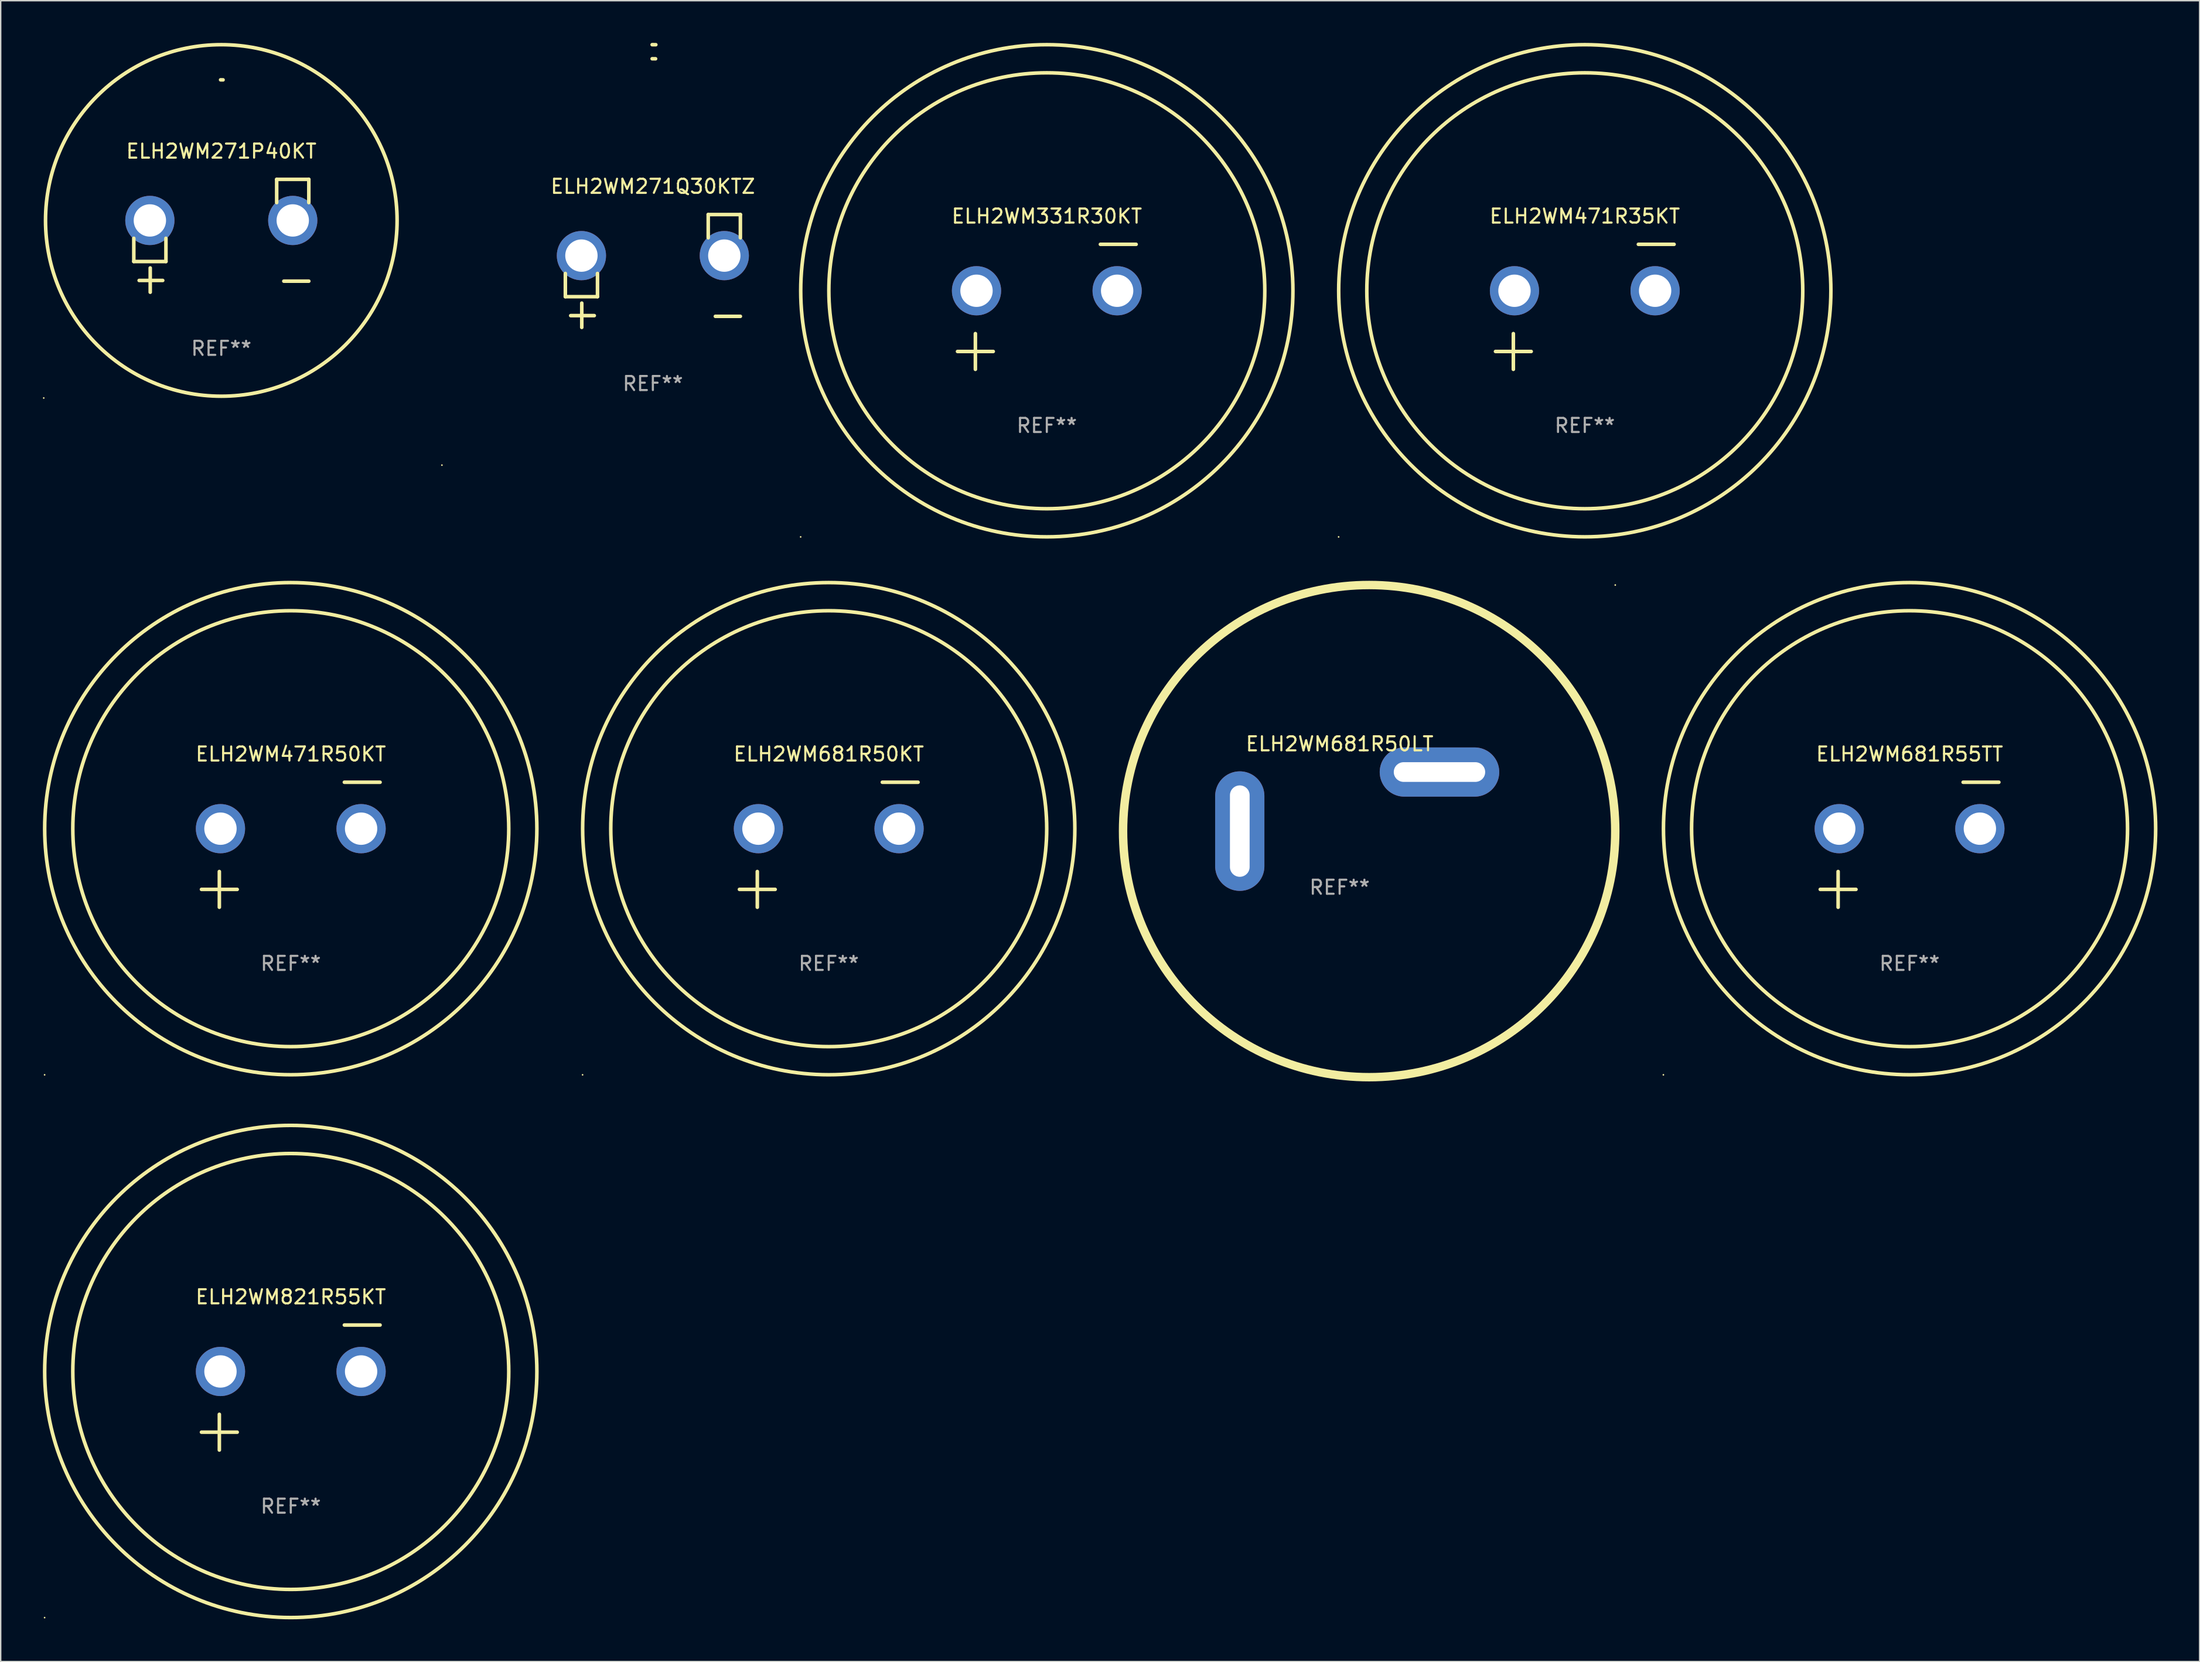
<source format=kicad_pcb>
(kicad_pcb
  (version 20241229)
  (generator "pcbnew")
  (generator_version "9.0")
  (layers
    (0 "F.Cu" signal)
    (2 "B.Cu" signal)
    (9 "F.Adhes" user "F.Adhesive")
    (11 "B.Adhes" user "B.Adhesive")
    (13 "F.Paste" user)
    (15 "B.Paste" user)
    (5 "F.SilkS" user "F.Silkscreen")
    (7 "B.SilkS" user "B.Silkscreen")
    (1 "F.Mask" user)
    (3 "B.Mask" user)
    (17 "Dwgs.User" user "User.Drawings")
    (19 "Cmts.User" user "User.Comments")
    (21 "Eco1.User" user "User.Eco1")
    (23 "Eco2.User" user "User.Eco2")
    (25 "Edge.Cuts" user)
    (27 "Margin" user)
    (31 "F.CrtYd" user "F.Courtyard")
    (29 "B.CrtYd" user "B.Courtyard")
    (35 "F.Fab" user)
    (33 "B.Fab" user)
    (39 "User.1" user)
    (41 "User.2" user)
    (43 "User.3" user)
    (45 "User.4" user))
  (footprint "ELH2WM681R50KT"
    (layer "F.Cu")
    (at 55.881 57.024)
    (property "Reference" "ELH2WM681R50KT" (at 0 -6.445 0) (layer "F.SilkS") (effects (font (size 1 1) (thickness 0.15))))
    (attr through_hole)
    (fp_line (start -6.35 3.175) (end -3.81 3.175) (stroke (width 0.254) (type solid)) (layer "F.SilkS"))
    (fp_line (start -5.08 1.905) (end -5.08 4.445) (stroke (width 0.254) (type solid)) (layer "F.SilkS"))
    (fp_line (start 3.81 -4.445) (end 6.35 -4.445) (stroke (width 0.254) (type solid)) (layer "F.SilkS"))
    (fp_circle (center -17.505 16.362) (end -17.475 16.362) (stroke (width 0.06) (type solid)) (fill no) (layer "F.SilkS"))
    (fp_circle (center 0 -1.143) (end 15.5 -1.143) (stroke (width 0.254) (type solid)) (fill no) (layer "F.SilkS"))
    (fp_circle (center 0 -1.143) (end 17.5 -1.143) (stroke (width 0.254) (type solid)) (fill no) (layer "F.SilkS"))
    (fp_text user "REF**" (at 0 8.445 0) (layer "F.Fab") (effects (font (size 1 1) (thickness 0.15))))
    (pad "1" thru_hole circle (at -5 -1.143) (size 3.5 3.5) (drill 2.3) (layers "*.Cu" "*.Mask"))
    (pad "2" thru_hole circle (at 5 -1.143) (size 3.5 3.5) (drill 2.3) (layers "*.Cu" "*.Mask")))
  (footprint "ELH2WM331R30KT"
    (layer "F.Cu")
    (at 71.388 18.77)
    (property "Reference" "ELH2WM331R30KT" (at 0 -6.445 0) (layer "F.SilkS") (effects (font (size 1 1) (thickness 0.15))))
    (attr through_hole)
    (fp_line (start -6.35 3.175) (end -3.81 3.175) (stroke (width 0.254) (type solid)) (layer "F.SilkS"))
    (fp_line (start -5.08 1.905) (end -5.08 4.445) (stroke (width 0.254) (type solid)) (layer "F.SilkS"))
    (fp_line (start 3.81 -4.445) (end 6.35 -4.445) (stroke (width 0.254) (type solid)) (layer "F.SilkS"))
    (fp_circle (center -17.505 16.362) (end -17.475 16.362) (stroke (width 0.06) (type solid)) (fill no) (layer "F.SilkS"))
    (fp_circle (center 0 -1.143) (end 15.5 -1.143) (stroke (width 0.254) (type solid)) (fill no) (layer "F.SilkS"))
    (fp_circle (center 0 -1.143) (end 17.5 -1.143) (stroke (width 0.254) (type solid)) (fill no) (layer "F.SilkS"))
    (fp_text user "REF**" (at 0 8.445 0) (layer "F.Fab") (effects (font (size 1 1) (thickness 0.15))))
    (pad "1" thru_hole circle (at -5 -1.143) (size 3.5 3.5) (drill 2.3) (layers "*.Cu" "*.Mask"))
    (pad "2" thru_hole circle (at 5 -1.143) (size 3.5 3.5) (drill 2.3) (layers "*.Cu" "*.Mask")))
  (footprint "ELH2WM271Q30KTZ"
    (layer "F.Cu")
    (at 43.374 16.22)
    (property "Reference" "ELH2WM271Q30KTZ" (at 0 -6.013 0) (layer "F.SilkS") (effects (font (size 1 1) (thickness 0.15))))
    (attr through_hole)
    (fp_line (start -6.223 0.178) (end -6.223 1.829) (stroke (width 0.254) (type solid)) (layer "F.SilkS"))
    (fp_line (start -6.223 1.829) (end -3.937 1.829) (stroke (width 0.254) (type solid)) (layer "F.SilkS"))
    (fp_line (start -5.055 4.013) (end -5.055 2.286) (stroke (width 0.254) (type solid)) (layer "F.SilkS"))
    (fp_line (start -4.166 3.175) (end -5.842 3.175) (stroke (width 0.254) (type solid)) (layer "F.SilkS"))
    (fp_line (start -3.937 1.829) (end -3.937 0.178) (stroke (width 0.254) (type solid)) (layer "F.SilkS"))
    (fp_line (start 3.937 -4.013) (end 3.937 -2.362) (stroke (width 0.254) (type solid)) (layer "F.SilkS"))
    (fp_line (start 6.223 -4.013) (end 3.937 -4.013) (stroke (width 0.254) (type solid)) (layer "F.SilkS"))
    (fp_line (start 6.223 -2.362) (end 6.223 -4.013) (stroke (width 0.254) (type solid)) (layer "F.SilkS"))
    (fp_line (start 6.223 3.226) (end 4.445 3.226) (stroke (width 0.254) (type solid)) (layer "F.SilkS"))
    (fp_arc (start -0.0508 -16.093472) (mid 0.080016 -16.092762) (end 0.210821 -16.090932) (stroke (width 0.254001) (type solid)) (layer "F.SilkS"))
    (fp_arc (start -0.0508 -15.09271) (mid 0.071125 -15.091961) (end 0.19304 -15.09017) (stroke (width 0.254001) (type solid)) (layer "F.SilkS"))
    (fp_circle (center -15 13.808) (end -14.97 13.808) (stroke (width 0.06) (type solid)) (fill no) (layer "F.SilkS"))
    (fp_text user "REF**" (at 0 8.013 0) (layer "F.Fab") (effects (font (size 1 1) (thickness 0.15))))
    (pad "1" thru_hole circle (at -5.08 -1.092) (size 3.5 3.5) (drill 2.3) (layers "*.Cu" "*.Mask"))
    (pad "2" thru_hole circle (at 5.08 -1.092) (size 3.5 3.5) (drill 2.3) (layers "*.Cu" "*.Mask")))
  (footprint "ELH2WM471R35KT"
    (layer "F.Cu")
    (at 109.642 18.77)
    (property "Reference" "ELH2WM471R35KT" (at 0 -6.445 0) (layer "F.SilkS") (effects (font (size 1 1) (thickness 0.15))))
    (attr through_hole)
    (fp_line (start -6.35 3.175) (end -3.81 3.175) (stroke (width 0.254) (type solid)) (layer "F.SilkS"))
    (fp_line (start -5.08 1.905) (end -5.08 4.445) (stroke (width 0.254) (type solid)) (layer "F.SilkS"))
    (fp_line (start 3.81 -4.445) (end 6.35 -4.445) (stroke (width 0.254) (type solid)) (layer "F.SilkS"))
    (fp_circle (center -17.505 16.362) (end -17.475 16.362) (stroke (width 0.06) (type solid)) (fill no) (layer "F.SilkS"))
    (fp_circle (center 0 -1.143) (end 15.5 -1.143) (stroke (width 0.254) (type solid)) (fill no) (layer "F.SilkS"))
    (fp_circle (center 0 -1.143) (end 17.5 -1.143) (stroke (width 0.254) (type solid)) (fill no) (layer "F.SilkS"))
    (fp_text user "REF**" (at 0 8.445 0) (layer "F.Fab") (effects (font (size 1 1) (thickness 0.15))))
    (pad "1" thru_hole circle (at -5 -1.143) (size 3.5 3.5) (drill 2.3) (layers "*.Cu" "*.Mask"))
    (pad "2" thru_hole circle (at 5 -1.143) (size 3.5 3.5) (drill 2.3) (layers "*.Cu" "*.Mask")))
  (footprint "ELH2WM821R55KT"
    (layer "F.Cu")
    (at 17.627 95.625)
    (property "Reference" "ELH2WM821R55KT" (at 0 -6.445 0) (layer "F.SilkS") (effects (font (size 1 1) (thickness 0.15))))
    (attr through_hole)
    (fp_line (start -6.35 3.175) (end -3.81 3.175) (stroke (width 0.254) (type solid)) (layer "F.SilkS"))
    (fp_line (start -5.08 1.905) (end -5.08 4.445) (stroke (width 0.254) (type solid)) (layer "F.SilkS"))
    (fp_line (start 3.81 -4.445) (end 6.35 -4.445) (stroke (width 0.254) (type solid)) (layer "F.SilkS"))
    (fp_circle (center -17.505 16.362) (end -17.475 16.362) (stroke (width 0.06) (type solid)) (fill no) (layer "F.SilkS"))
    (fp_circle (center 0 -1.143) (end 15.5 -1.143) (stroke (width 0.254) (type solid)) (fill no) (layer "F.SilkS"))
    (fp_circle (center 0 -1.143) (end 17.5 -1.143) (stroke (width 0.254) (type solid)) (fill no) (layer "F.SilkS"))
    (fp_text user "REF**" (at 0 8.445 0) (layer "F.Fab") (effects (font (size 1 1) (thickness 0.15))))
    (pad "1" thru_hole circle (at -5 -1.143) (size 3.5 3.5) (drill 2.3) (layers "*.Cu" "*.Mask"))
    (pad "2" thru_hole circle (at 5 -1.143) (size 3.5 3.5) (drill 2.3) (layers "*.Cu" "*.Mask")))
  (footprint "ELH2WM471R50KT"
    (layer "F.Cu")
    (at 17.627 57.024)
    (property "Reference" "ELH2WM471R50KT" (at 0 -6.445 0) (layer "F.SilkS") (effects (font (size 1 1) (thickness 0.15))))
    (attr through_hole)
    (fp_line (start -6.35 3.175) (end -3.81 3.175) (stroke (width 0.254) (type solid)) (layer "F.SilkS"))
    (fp_line (start -5.08 1.905) (end -5.08 4.445) (stroke (width 0.254) (type solid)) (layer "F.SilkS"))
    (fp_line (start 3.81 -4.445) (end 6.35 -4.445) (stroke (width 0.254) (type solid)) (layer "F.SilkS"))
    (fp_circle (center -17.505 16.362) (end -17.475 16.362) (stroke (width 0.06) (type solid)) (fill no) (layer "F.SilkS"))
    (fp_circle (center 0 -1.143) (end 15.5 -1.143) (stroke (width 0.254) (type solid)) (fill no) (layer "F.SilkS"))
    (fp_circle (center 0 -1.143) (end 17.5 -1.143) (stroke (width 0.254) (type solid)) (fill no) (layer "F.SilkS"))
    (fp_text user "REF**" (at 0 8.445 0) (layer "F.Fab") (effects (font (size 1 1) (thickness 0.15))))
    (pad "1" thru_hole circle (at -5 -1.143) (size 3.5 3.5) (drill 2.3) (layers "*.Cu" "*.Mask"))
    (pad "2" thru_hole circle (at 5 -1.143) (size 3.5 3.5) (drill 2.3) (layers "*.Cu" "*.Mask")))
  (footprint "ELH2WM681R50LT"
    (layer "F.Cu")
    (at 92.209 53.954)
    (property "Reference" "ELH2WM681R50LT" (at 0 -4.1 0) (layer "F.SilkS") (effects (font (size 1 1) (thickness 0.15))))
    (attr through_hole)
    (fp_circle (center 2.1 2.1) (end 19.6 2.1) (stroke (width 0.6) (type solid)) (fill no) (layer "F.SilkS"))
    (fp_circle (center 19.6 -15.4) (end 19.63 -15.4) (stroke (width 0.06) (type solid)) (fill no) (layer "F.SilkS"))
    (fp_text user "REF**" (at 0 6.1 0) (layer "F.Fab") (effects (font (size 1 1) (thickness 0.15))))
    (pad "1" thru_hole oval (at 7.1 -2.1) (size 8.5 3.5) (drill oval 6.5 1.4) (layers "*.Cu" "*.Mask"))
    (pad "2" thru_hole oval (at -7.1 2.1) (size 3.5 8.5) (drill oval 1.4 6.5) (layers "*.Cu" "*.Mask")))
  (footprint "ELH2WM681R55TT"
    (layer "F.Cu")
    (at 132.736 57.024)
    (property "Reference" "ELH2WM681R55TT" (at 0 -6.445 0) (layer "F.SilkS") (effects (font (size 1 1) (thickness 0.15))))
    (attr through_hole)
    (fp_line (start -6.35 3.175) (end -3.81 3.175) (stroke (width 0.254) (type solid)) (layer "F.SilkS"))
    (fp_line (start -5.08 1.905) (end -5.08 4.445) (stroke (width 0.254) (type solid)) (layer "F.SilkS"))
    (fp_line (start 3.81 -4.445) (end 6.35 -4.445) (stroke (width 0.254) (type solid)) (layer "F.SilkS"))
    (fp_circle (center -17.505 16.362) (end -17.475 16.362) (stroke (width 0.06) (type solid)) (fill no) (layer "F.SilkS"))
    (fp_circle (center 0 -1.143) (end 15.5 -1.143) (stroke (width 0.254) (type solid)) (fill no) (layer "F.SilkS"))
    (fp_circle (center 0 -1.143) (end 17.5 -1.143) (stroke (width 0.254) (type solid)) (fill no) (layer "F.SilkS"))
    (fp_text user "REF**" (at 0 8.445 0) (layer "F.Fab") (effects (font (size 1 1) (thickness 0.15))))
    (pad "1" thru_hole circle (at -5 -1.143) (size 3.5 3.5) (drill 2.3) (layers "*.Cu" "*.Mask"))
    (pad "2" thru_hole circle (at 5 -1.143) (size 3.5 3.5) (drill 2.3) (layers "*.Cu" "*.Mask")))
  (footprint "ELH2WM271P40KT"
    (layer "F.Cu")
    (at 12.687 13.719)
    (property "Reference" "ELH2WM271P40KT" (at 0 -6.013 0) (layer "F.SilkS") (effects (font (size 1 1) (thickness 0.15))))
    (attr through_hole)
    (fp_line (start -6.223 0.178) (end -6.223 1.829) (stroke (width 0.254) (type solid)) (layer "F.SilkS"))
    (fp_line (start -6.223 1.829) (end -3.937 1.829) (stroke (width 0.254) (type solid)) (layer "F.SilkS"))
    (fp_line (start -5.055 4.013) (end -5.055 2.286) (stroke (width 0.254) (type solid)) (layer "F.SilkS"))
    (fp_line (start -4.166 3.175) (end -5.842 3.175) (stroke (width 0.254) (type solid)) (layer "F.SilkS"))
    (fp_line (start -3.937 1.829) (end -3.937 0.178) (stroke (width 0.254) (type solid)) (layer "F.SilkS"))
    (fp_line (start 3.937 -4.013) (end 3.937 -2.362) (stroke (width 0.254) (type solid)) (layer "F.SilkS"))
    (fp_line (start 6.223 -4.013) (end 3.937 -4.013) (stroke (width 0.254) (type solid)) (layer "F.SilkS"))
    (fp_line (start 6.223 -2.362) (end 6.223 -4.013) (stroke (width 0.254) (type solid)) (layer "F.SilkS"))
    (fp_line (start 6.223 3.226) (end 4.445 3.226) (stroke (width 0.254) (type solid)) (layer "F.SilkS"))
    (fp_arc (start -0.0508 -11.092202) (mid 0.036835 -11.091307) (end 0.12446 -11.089662) (stroke (width 0.254001) (type solid)) (layer "F.SilkS"))
    (fp_circle (center -12.627 11.535) (end -12.597 11.535) (stroke (width 0.06) (type solid)) (fill no) (layer "F.SilkS"))
    (fp_circle (center 0 -1.092) (end 12.5 -1.092) (stroke (width 0.254) (type solid)) (fill no) (layer "F.SilkS"))
    (fp_text user "REF**" (at 0 8.013 0) (layer "F.Fab") (effects (font (size 1 1) (thickness 0.15))))
    (pad "1" thru_hole circle (at -5.08 -1.092) (size 3.5 3.5) (drill 2.3) (layers "*.Cu" "*.Mask"))
    (pad "2" thru_hole circle (at 5.08 -1.092) (size 3.5 3.5) (drill 2.3) (layers "*.Cu" "*.Mask")))
  (gr_rect
    (start -3 -3)
    (end 153.363 115.109)
    (stroke (width 0.1) (type default))
    (fill no)
    (layer "Edge.Cuts")))
</source>
